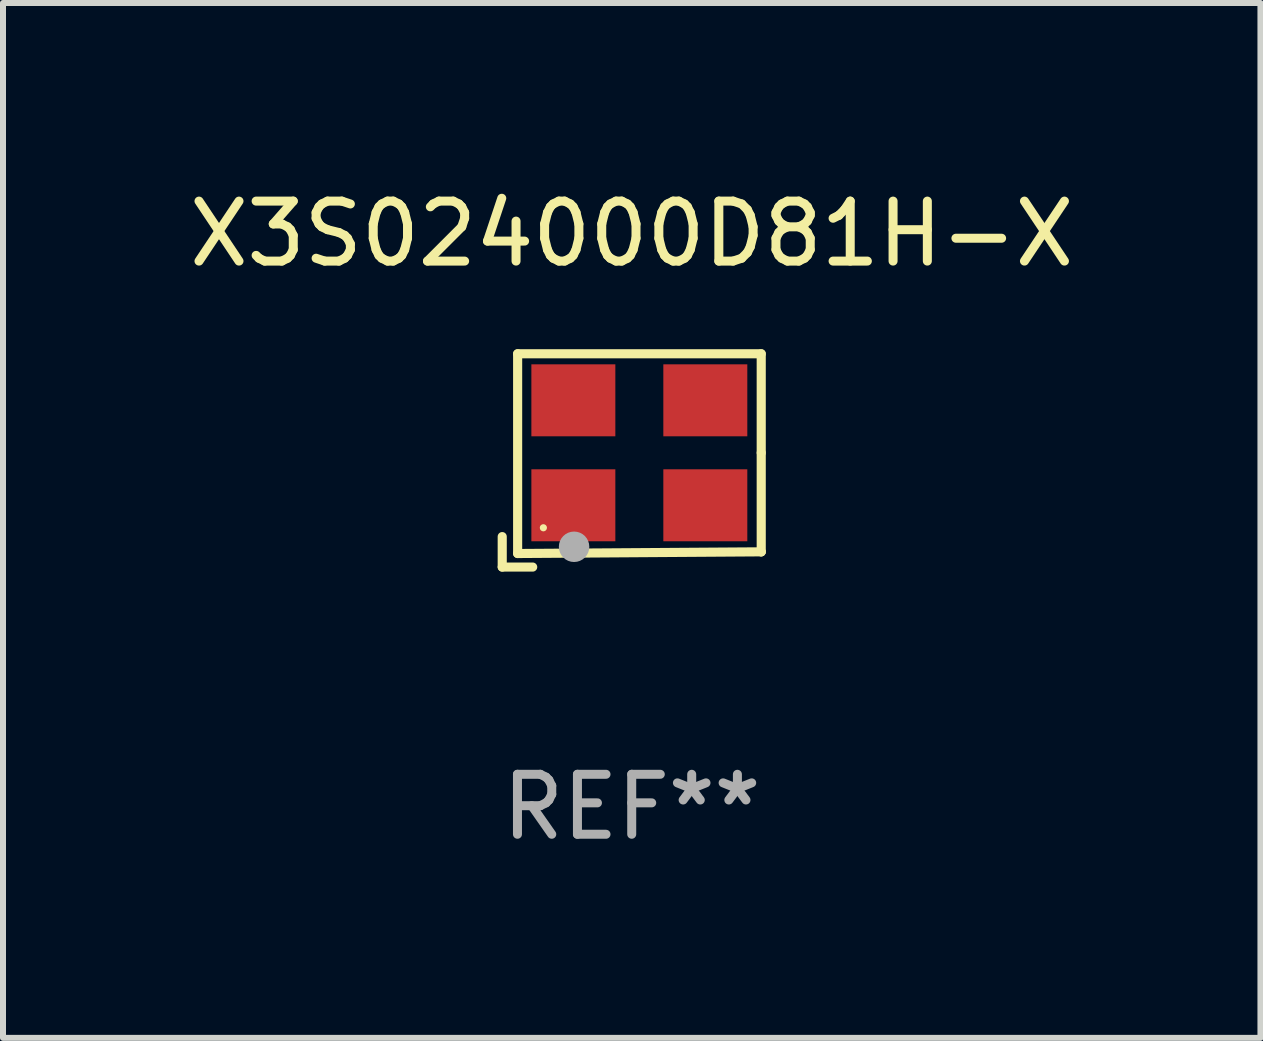
<source format=kicad_pcb>
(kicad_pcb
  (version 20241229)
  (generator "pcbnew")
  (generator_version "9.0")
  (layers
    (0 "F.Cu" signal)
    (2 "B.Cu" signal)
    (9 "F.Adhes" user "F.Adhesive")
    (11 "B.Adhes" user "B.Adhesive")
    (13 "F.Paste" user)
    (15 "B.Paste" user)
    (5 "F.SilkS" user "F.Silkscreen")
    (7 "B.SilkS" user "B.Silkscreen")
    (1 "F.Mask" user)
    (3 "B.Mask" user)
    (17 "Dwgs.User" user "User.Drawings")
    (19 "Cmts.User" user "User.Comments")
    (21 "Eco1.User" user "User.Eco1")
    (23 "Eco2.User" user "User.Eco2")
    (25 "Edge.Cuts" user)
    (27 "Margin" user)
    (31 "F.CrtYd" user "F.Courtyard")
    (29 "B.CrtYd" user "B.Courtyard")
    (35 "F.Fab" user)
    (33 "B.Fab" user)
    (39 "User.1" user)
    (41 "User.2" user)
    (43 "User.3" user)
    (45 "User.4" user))
  (footprint "X3S024000D81H-X"
    (layer "F.Cu")
    (at 7.482 4.626)
    (property "Reference" "X3S024000D81H-X" (at 0 -3.778 0) (layer "F.SilkS") (effects (font (size 1 1) (thickness 0.15))))
    (attr through_hole)
    (fp_line (start -2.159 1.27) (end -2.159 1.778) (stroke (width 0.152) (type solid)) (layer "F.SilkS"))
    (fp_line (start -2.159 1.778) (end -1.651 1.778) (stroke (width 0.152) (type solid)) (layer "F.SilkS"))
    (fp_line (start -1.902 -1.778) (end 2.159 -1.778) (stroke (width 0.152) (type solid)) (layer "F.SilkS"))
    (fp_line (start -1.902 1.552) (end -1.902 -1.778) (stroke (width 0.152) (type solid)) (layer "F.SilkS"))
    (fp_line (start 2.159 -1.778) (end 2.159 -0.127) (stroke (width 0.152) (type solid)) (layer "F.SilkS"))
    (fp_line (start 2.159 -0.127) (end 2.159 1.524) (stroke (width 0.152) (type solid)) (layer "F.SilkS"))
    (fp_line (start 2.159 1.524) (end -1.902 1.552) (stroke (width 0.152) (type solid)) (layer "F.SilkS"))
    (fp_line (start 2.159 1.524) (end 2.159 1.524) (stroke (width 0.152) (type solid)) (layer "F.SilkS"))
    (fp_circle (center -1.473 1.123) (end -1.443 1.123) (stroke (width 0.06) (type solid)) (fill no) (layer "F.SilkS"))
    (fp_circle (center -0.961 1.44) (end -0.834 1.44) (stroke (width 0.254) (type solid)) (fill no) (layer "F.Fab"))
    (fp_text user "REF**" (at 0 5.778 0) (layer "F.Fab") (effects (font (size 1 1) (thickness 0.15))))
    (pad "1" smd rect (at -0.973 0.748) (size 1.4 1.2) (layers "F.Cu" "F.Mask" "F.Paste"))
    (pad "2" smd rect (at 1.227 0.748) (size 1.4 1.2) (layers "F.Cu" "F.Mask" "F.Paste"))
    (pad "3" smd rect (at 1.227 -1.002) (size 1.4 1.2) (layers "F.Cu" "F.Mask" "F.Paste"))
    (pad "4" smd rect (at -0.973 -1.002) (size 1.4 1.2) (layers "F.Cu" "F.Mask" "F.Paste")))
  (gr_rect
    (start -3 -3)
    (end 17.964 14.253)
    (stroke (width 0.1) (type default))
    (fill no)
    (layer "Edge.Cuts")))
</source>
